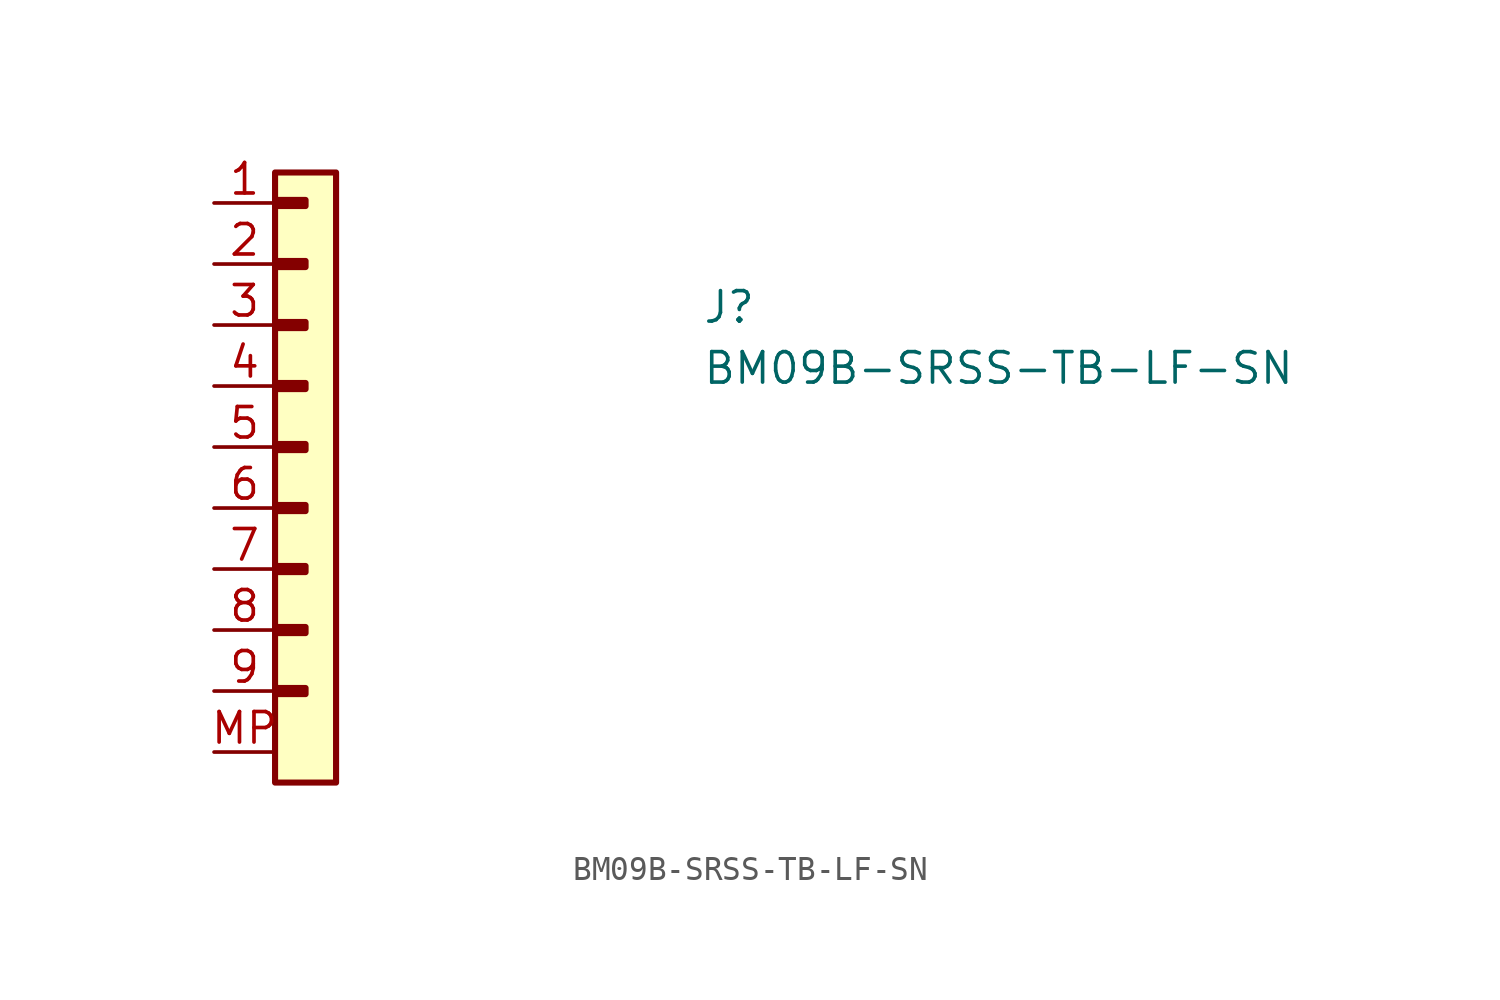
<source format=kicad_sym>
(kicad_symbol_lib
  (version 20211014)
  (generator kicad_symbol_editor)
  (symbol "BM09B-SRSS-TB-LF-SN"
    (pin_names hide)
    (property "Reference" "J"
      (at 20.32 -5.08 0)
      (effects (font (size 1.27 1.27) (thickness 0.15)) (justify left bottom)))
    (property "Value" "BM09B-SRSS-TB-LF-SN"
      (at 20.32 -7.62 0)
      (effects (font (size 1.27 1.27) (thickness 0.15)) (justify left bottom)))
    (symbol "BM09B-SRSS-TB-LF-SN_1_1"
      (rectangle (start 2.54 -20.193) (end 3.81 -20.447) (stroke (width 0.254) (type default) (color 0 0 0 0)) (fill (type background)))
      (rectangle (start 2.54 -17.653) (end 3.81 -17.907) (stroke (width 0.254) (type default) (color 0 0 0 0)) (fill (type background)))
      (rectangle (start 2.54 -15.113) (end 3.81 -15.367) (stroke (width 0.254) (type default) (color 0 0 0 0)) (fill (type background)))
      (rectangle (start 2.54 -12.573) (end 3.81 -12.827) (stroke (width 0.254) (type default) (color 0 0 0 0)) (fill (type background)))
      (rectangle (start 2.54 -10.033) (end 3.81 -10.287) (stroke (width 0.254) (type default) (color 0 0 0 0)) (fill (type background)))
      (rectangle (start 2.54 -7.493) (end 3.81 -7.747) (stroke (width 0.254) (type default) (color 0 0 0 0)) (fill (type background)))
      (rectangle (start 2.54 -4.953) (end 3.81 -5.207) (stroke (width 0.254) (type default) (color 0 0 0 0)) (fill (type background)))
      (rectangle (start 2.54 -2.413) (end 3.81 -2.667) (stroke (width 0.254) (type default) (color 0 0 0 0)) (fill (type background)))
      (rectangle (start 2.54 0.127) (end 3.81 -0.127) (stroke (width 0.254) (type default) (color 0 0 0 0)) (fill (type background)))
      (rectangle (start 2.54 1.27) (end 5.08 -24.13) (stroke (width 0.254) (type default) (color 0 0 0 0)) (fill (type background)))
      (pin passive line (at 0 0 0) (length 2.54) (name "Pin_1" (effects (font (size 1.27 1.27)))) (number "1" (effects (font (size 1.27 1.27)))))
      (pin passive line (at 0 -2.54 0) (length 2.54) (name "Pin_2" (effects (font (size 1.27 1.27)))) (number "2" (effects (font (size 1.27 1.27)))))
      (pin passive line (at 0 -5.08 0) (length 2.54) (name "Pin_3" (effects (font (size 1.27 1.27)))) (number "3" (effects (font (size 1.27 1.27)))))
      (pin passive line (at 0 -7.62 0) (length 2.54) (name "Pin_4" (effects (font (size 1.27 1.27)))) (number "4" (effects (font (size 1.27 1.27)))))
      (pin passive line (at 0 -10.16 0) (length 2.54) (name "Pin_5" (effects (font (size 1.27 1.27)))) (number "5" (effects (font (size 1.27 1.27)))))
      (pin passive line (at 0 -12.7 0) (length 2.54) (name "Pin_6" (effects (font (size 1.27 1.27)))) (number "6" (effects (font (size 1.27 1.27)))))
      (pin passive line (at 0 -15.24 0) (length 2.54) (name "Pin_7" (effects (font (size 1.27 1.27)))) (number "7" (effects (font (size 1.27 1.27)))))
      (pin passive line (at 0 -17.78 0) (length 2.54) (name "Pin_8" (effects (font (size 1.27 1.27)))) (number "8" (effects (font (size 1.27 1.27)))))
      (pin passive line (at 0 -20.32 0) (length 2.54) (name "Pin_9" (effects (font (size 1.27 1.27)))) (number "9" (effects (font (size 1.27 1.27)))))
      (pin passive line (at 0 -22.86 0) (length 2.54) (name "MP" (effects (font (size 1.27 1.27)))) (number "MP" (effects (font (size 1.27 1.27))))))))
</source>
